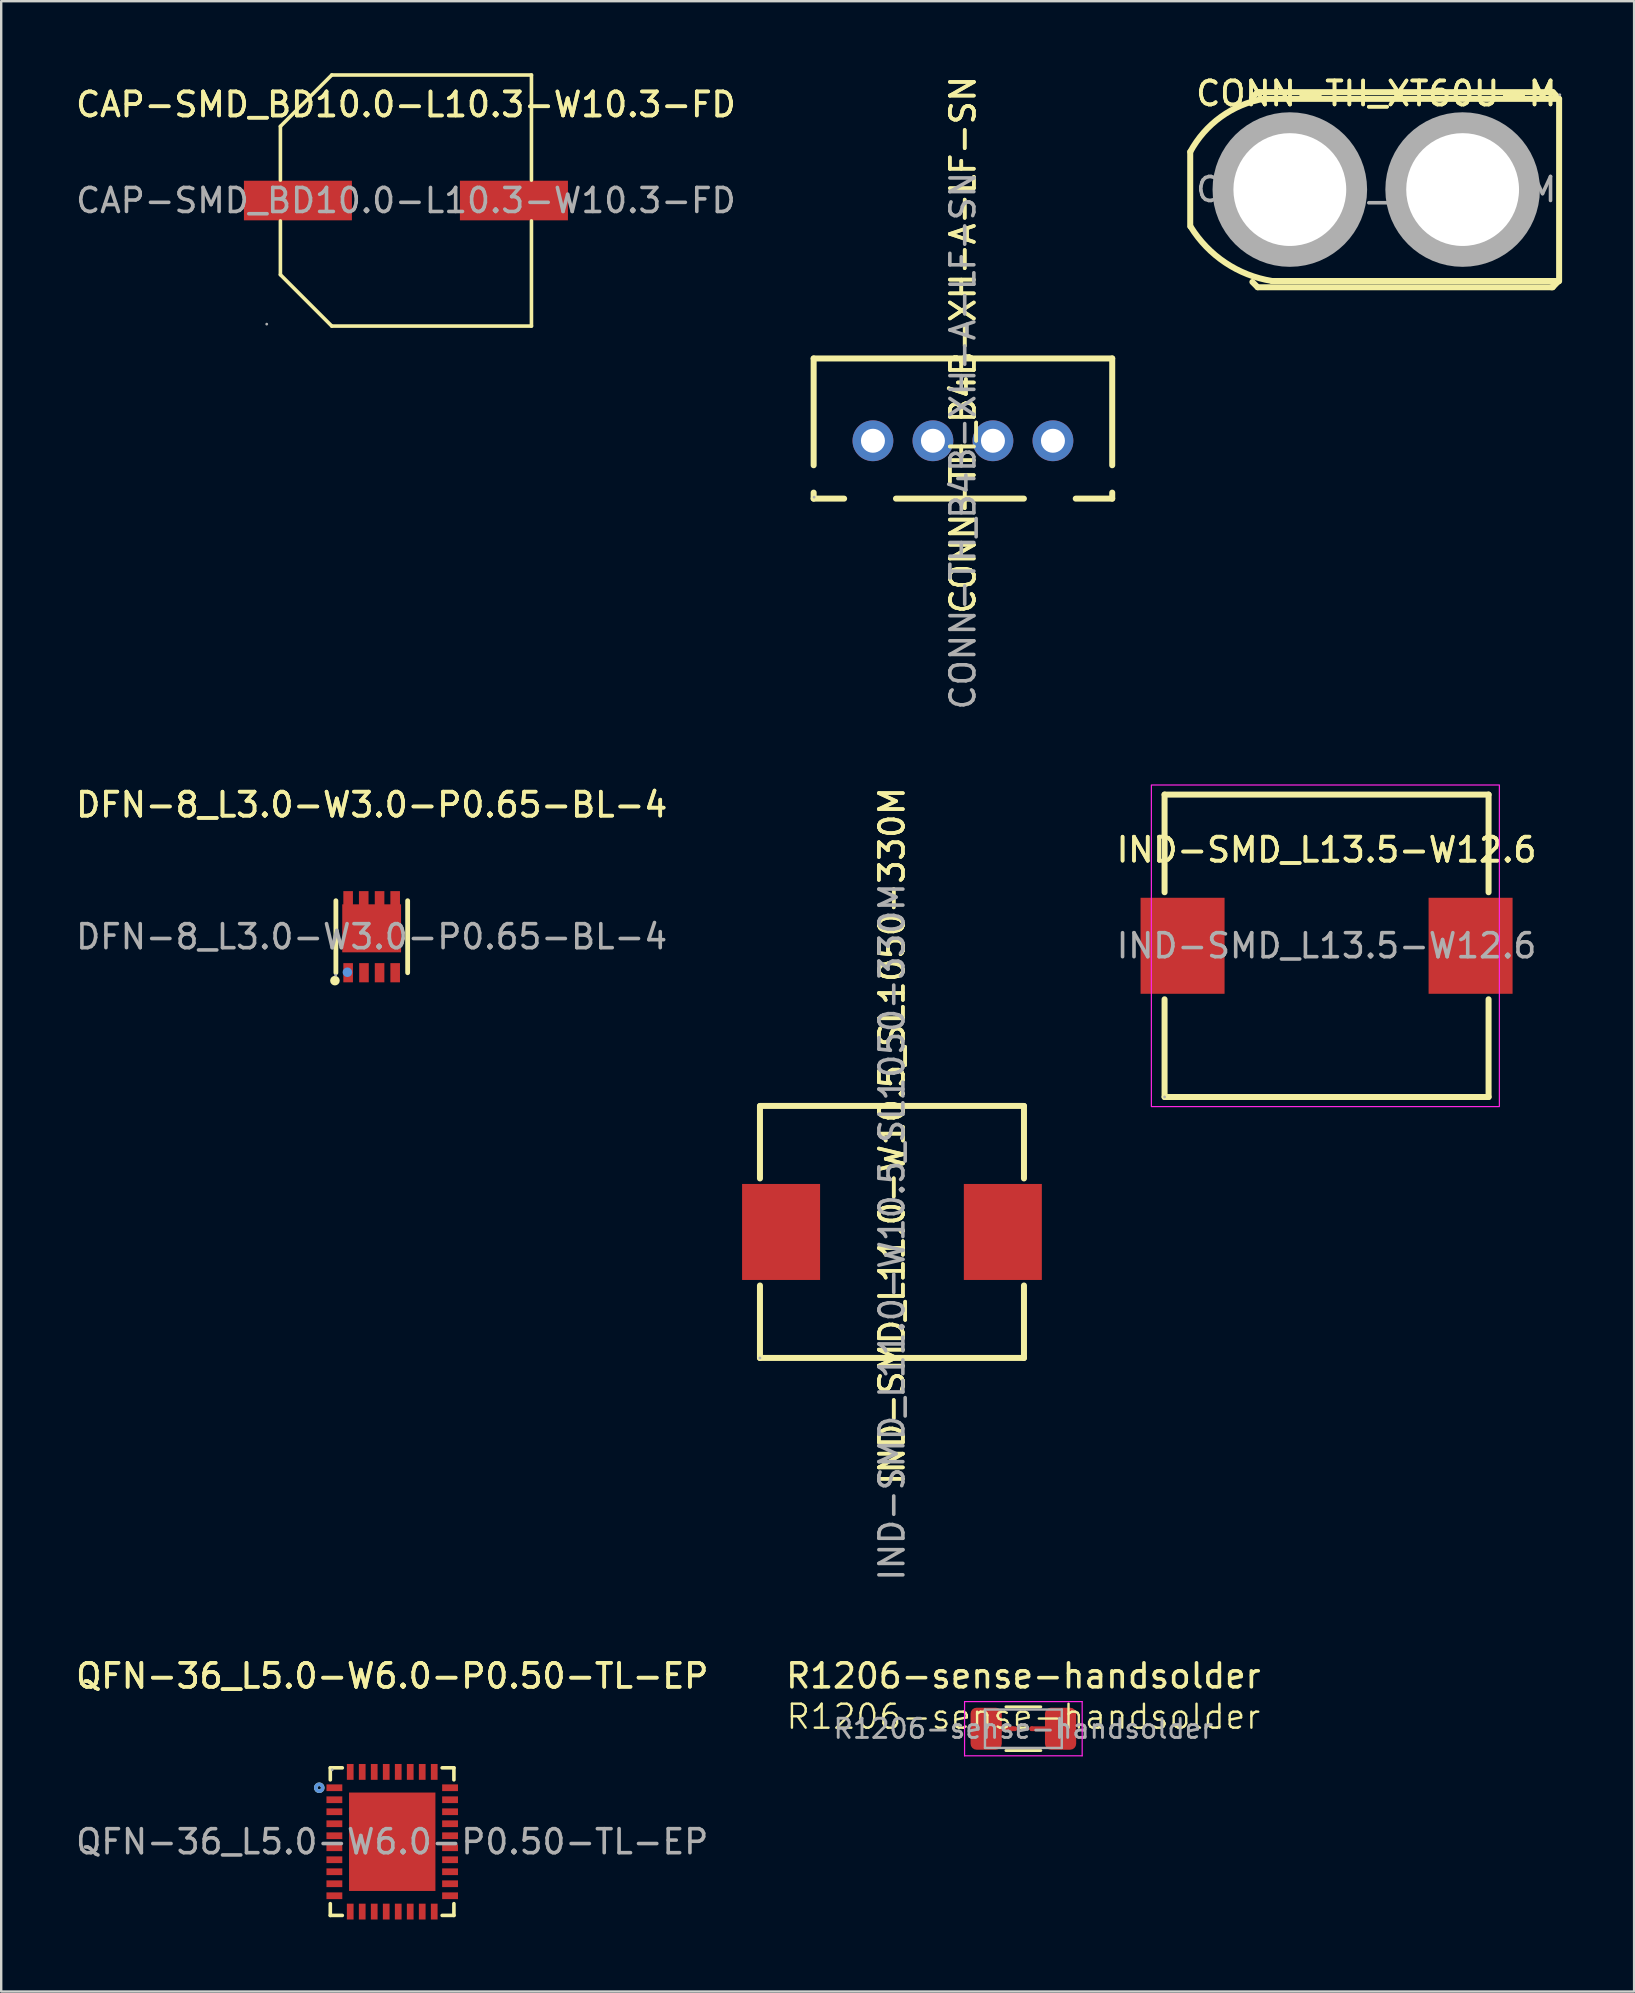
<source format=kicad_pcb>
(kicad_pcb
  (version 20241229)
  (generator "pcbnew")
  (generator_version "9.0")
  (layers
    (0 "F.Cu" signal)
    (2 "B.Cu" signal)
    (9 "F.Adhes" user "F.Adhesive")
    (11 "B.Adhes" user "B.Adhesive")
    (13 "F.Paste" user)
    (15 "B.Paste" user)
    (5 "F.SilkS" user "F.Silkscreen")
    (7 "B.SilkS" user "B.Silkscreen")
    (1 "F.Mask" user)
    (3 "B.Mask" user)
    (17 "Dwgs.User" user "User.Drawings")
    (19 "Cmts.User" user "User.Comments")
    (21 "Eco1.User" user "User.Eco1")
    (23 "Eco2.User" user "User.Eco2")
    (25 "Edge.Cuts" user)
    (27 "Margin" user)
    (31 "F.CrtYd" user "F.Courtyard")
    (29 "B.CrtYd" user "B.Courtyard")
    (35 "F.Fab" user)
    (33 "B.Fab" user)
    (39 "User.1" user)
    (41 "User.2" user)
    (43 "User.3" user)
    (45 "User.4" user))
  (footprint "CONN-TH_B4B-XH-A-LF-SN"
    (layer "F.Cu")
    (at 37.071 15.315)
    (property "Reference" "CONN-TH_B4B-XH-A-LF-SN" (at 0 -4 270) (layer "F.SilkS") (effects (font (size 1 1) (thickness 0.15))))
    (attr through_hole)
    (fp_line (start -6.22 -3.43) (end -6.22 1.02) (stroke (width 0.25) (type solid)) (layer "F.SilkS"))
    (fp_line (start -6.22 2.16) (end -6.22 2.41) (stroke (width 0.25) (type solid)) (layer "F.SilkS"))
    (fp_line (start -6.22 2.41) (end -4.95 2.41) (stroke (width 0.25) (type solid)) (layer "F.SilkS"))
    (fp_line (start -2.79 2.41) (end 2.54 2.41) (stroke (width 0.25) (type solid)) (layer "F.SilkS"))
    (fp_line (start 4.7 2.41) (end 6.22 2.41) (stroke (width 0.25) (type solid)) (layer "F.SilkS"))
    (fp_line (start 6.22 -3.43) (end -6.22 -3.43) (stroke (width 0.25) (type solid)) (layer "F.SilkS"))
    (fp_line (start 6.22 -3.43) (end 6.22 1.02) (stroke (width 0.25) (type solid)) (layer "F.SilkS"))
    (fp_line (start 6.22 2.41) (end 6.22 2.16) (stroke (width 0.25) (type solid)) (layer "F.SilkS"))
    (fp_circle (center -6.2 2.35) (end -6.17 2.35) (stroke (width 0.06) (type solid)) (fill no) (layer "F.Fab"))
    (fp_text user "${REFERENCE}" (at 0 -4 270) (layer "F.SilkS") (effects (font (size 1 1) (thickness 0.15))))
    (fp_text user "${REFERENCE}" (at 0 0 270) (layer "F.Fab") (effects (font (size 1 1) (thickness 0.15))))
    (pad "1" thru_hole circle (at 3.75 0) (size 1.7 1.7) (drill 1) (layers "*.Cu" "*.Mask"))
    (pad "2" thru_hole circle (at 1.25 0) (size 1.7 1.7) (drill 1) (layers "*.Cu" "*.Mask"))
    (pad "3" thru_hole circle (at -1.25 0) (size 1.7 1.7) (drill 1) (layers "*.Cu" "*.Mask"))
    (pad "4" thru_hole circle (at -3.75 0) (size 1.7 1.7) (drill 1) (layers "*.Cu" "*.Mask")))
  (footprint "DFN-8_L3.0-W3.0-P0.65-BL-4"
    (layer "F.Cu")
    (at 12.435 35.979)
    (property "Reference" "DFN-8_L3.0-W3.0-P0.65-BL-4" (at 0 -5.5 0) (layer "F.SilkS") (effects (font (size 1 1) (thickness 0.15))))
    (attr smd)
    (fp_line (start -1.49 -1.5) (end -1.49 1.5) (stroke (width 0.2) (type solid)) (layer "F.SilkS"))
    (fp_line (start 1.5 -1.5) (end 1.5 1.5) (stroke (width 0.2) (type solid)) (layer "F.SilkS"))
    (fp_circle (center -1.53 1.83) (end -1.43 1.83) (stroke (width 0.2) (type solid)) (fill no) (layer "F.SilkS"))
    (fp_circle (center -1.01 1.48) (end -0.91 1.48) (stroke (width 0.2) (type solid)) (fill no) (layer "Cmts.User"))
    (fp_circle (center -1.5 1.6) (end -1.47 1.6) (stroke (width 0.06) (type solid)) (fill no) (layer "F.Fab"))
    (fp_text user "${REFERENCE}" (at 0 -5.5 0) (layer "F.SilkS") (effects (font (size 1 1) (thickness 0.15))))
    (fp_text user "${REFERENCE}" (at 0 0 0) (layer "F.Fab") (effects (font (size 1 1) (thickness 0.15))))
    (pad "1" smd rect (at -0.98 1.5 180) (size 0.4 0.8) (layers "F.Cu" "F.Mask" "F.Paste"))
    (pad "1" smd rect (at -0.32 1.5 180) (size 0.4 0.8) (layers "F.Cu" "F.Mask" "F.Paste"))
    (pad "1" smd rect (at 0.33 1.5 180) (size 0.4 0.8) (layers "F.Cu" "F.Mask" "F.Paste"))
    (pad "2" smd rect (at 0.98 1.5 180) (size 0.4 0.8) (layers "F.Cu" "F.Mask" "F.Paste"))
    (pad "3" smd rect (at -0.98 -1.5 180) (size 0.4 0.8) (layers "F.Cu" "F.Mask" "F.Paste"))
    (pad "3" smd rect (at -0.33 -1.5 180) (size 0.4 0.8) (layers "F.Cu" "F.Mask" "F.Paste"))
    (pad "3" smd rect (at 0 -0.35) (size 2.45 2) (layers "F.Cu" "F.Mask" "F.Paste"))
    (pad "3" smd rect (at 0.33 -1.5 180) (size 0.4 0.8) (layers "F.Cu" "F.Mask" "F.Paste"))
    (pad "3" smd rect (at 0.98 -1.5 180) (size 0.4 0.8) (layers "F.Cu" "F.Mask" "F.Paste")))
  (footprint "QFN-36_L5.0-W6.0-P0.50-TL-EP"
    (layer "F.Cu")
    (at 13.292 73.687)
    (property "Reference" "QFN-36_L5.0-W6.0-P0.50-TL-EP" (at 0 -6.91 0) (layer "F.SilkS") (effects (font (size 1 1) (thickness 0.15))))
    (attr smd)
    (fp_line (start -2.58 -3.08) (end -2.58 -2.58) (stroke (width 0.15) (type solid)) (layer "F.SilkS"))
    (fp_line (start -2.58 3.07) (end -2.58 2.58) (stroke (width 0.15) (type solid)) (layer "F.SilkS"))
    (fp_line (start -2.08 -3.08) (end -2.58 -3.08) (stroke (width 0.15) (type solid)) (layer "F.SilkS"))
    (fp_line (start -2.08 3.07) (end -2.58 3.07) (stroke (width 0.15) (type solid)) (layer "F.SilkS"))
    (fp_line (start 2.08 -3.08) (end 2.57 -3.08) (stroke (width 0.15) (type solid)) (layer "F.SilkS"))
    (fp_line (start 2.08 3.07) (end 2.57 3.07) (stroke (width 0.15) (type solid)) (layer "F.SilkS"))
    (fp_line (start 2.57 -3.08) (end 2.57 -2.58) (stroke (width 0.15) (type solid)) (layer "F.SilkS"))
    (fp_line (start 2.57 3.07) (end 2.57 2.58) (stroke (width 0.15) (type solid)) (layer "F.SilkS"))
    (fp_circle (center -3.04 -2.25) (end -2.97 -2.25) (stroke (width 0.15) (type solid)) (fill no) (layer "F.SilkS"))
    (fp_circle (center -3.04 -2.25) (end -2.97 -2.25) (stroke (width 0.15) (type solid)) (fill no) (layer "Cmts.User"))
    (fp_circle (center -2.5 -3) (end -2.47 -3) (stroke (width 0.06) (type solid)) (fill no) (layer "F.Fab"))
    (fp_text user "${REFERENCE}" (at 0 -6.91 0) (layer "F.SilkS") (effects (font (size 1 1) (thickness 0.15))))
    (fp_text user "${REFERENCE}" (at 0 0 0) (layer "F.Fab") (effects (font (size 1 1) (thickness 0.15))))
    (pad "1" smd rect (at -2.41 -2.25 90) (size 0.28 0.66) (layers "F.Cu" "F.Mask" "F.Paste"))
    (pad "2" smd rect (at -2.41 -1.75 90) (size 0.28 0.66) (layers "F.Cu" "F.Mask" "F.Paste"))
    (pad "3" smd rect (at -2.41 -1.25 90) (size 0.28 0.66) (layers "F.Cu" "F.Mask" "F.Paste"))
    (pad "4" smd rect (at -2.41 -0.75 90) (size 0.28 0.66) (layers "F.Cu" "F.Mask" "F.Paste"))
    (pad "5" smd rect (at -2.41 -0.25 90) (size 0.28 0.66) (layers "F.Cu" "F.Mask" "F.Paste"))
    (pad "6" smd rect (at -2.41 0.25 90) (size 0.28 0.66) (layers "F.Cu" "F.Mask" "F.Paste"))
    (pad "7" smd rect (at -2.41 0.75 90) (size 0.28 0.66) (layers "F.Cu" "F.Mask" "F.Paste"))
    (pad "8" smd rect (at -2.41 1.25 90) (size 0.28 0.66) (layers "F.Cu" "F.Mask" "F.Paste"))
    (pad "9" smd rect (at -2.41 1.75 90) (size 0.28 0.66) (layers "F.Cu" "F.Mask" "F.Paste"))
    (pad "10" smd rect (at -2.41 2.25 90) (size 0.28 0.66) (layers "F.Cu" "F.Mask" "F.Paste"))
    (pad "11" smd rect (at -1.75 2.91 90) (size 0.66 0.28) (layers "F.Cu" "F.Mask" "F.Paste"))
    (pad "12" smd rect (at -1.25 2.91 90) (size 0.66 0.28) (layers "F.Cu" "F.Mask" "F.Paste"))
    (pad "13" smd rect (at -0.75 2.91 90) (size 0.66 0.28) (layers "F.Cu" "F.Mask" "F.Paste"))
    (pad "14" smd rect (at -0.25 2.91 90) (size 0.66 0.28) (layers "F.Cu" "F.Mask" "F.Paste"))
    (pad "15" smd rect (at 0.25 2.91 90) (size 0.66 0.28) (layers "F.Cu" "F.Mask" "F.Paste"))
    (pad "16" smd rect (at 0.75 2.91 90) (size 0.66 0.28) (layers "F.Cu" "F.Mask" "F.Paste"))
    (pad "17" smd rect (at 1.25 2.91 90) (size 0.66 0.28) (layers "F.Cu" "F.Mask" "F.Paste"))
    (pad "18" smd rect (at 1.75 2.91 90) (size 0.66 0.28) (layers "F.Cu" "F.Mask" "F.Paste"))
    (pad "19" smd rect (at 2.41 2.25 90) (size 0.28 0.66) (layers "F.Cu" "F.Mask" "F.Paste"))
    (pad "20" smd rect (at 2.41 1.75 90) (size 0.28 0.66) (layers "F.Cu" "F.Mask" "F.Paste"))
    (pad "21" smd rect (at 2.41 1.25 90) (size 0.28 0.66) (layers "F.Cu" "F.Mask" "F.Paste"))
    (pad "22" smd rect (at 2.41 0.75 90) (size 0.28 0.66) (layers "F.Cu" "F.Mask" "F.Paste"))
    (pad "23" smd rect (at 2.41 0.25 90) (size 0.28 0.66) (layers "F.Cu" "F.Mask" "F.Paste"))
    (pad "24" smd rect (at 2.41 -0.25 90) (size 0.28 0.66) (layers "F.Cu" "F.Mask" "F.Paste"))
    (pad "25" smd rect (at 2.41 -0.75 90) (size 0.28 0.66) (layers "F.Cu" "F.Mask" "F.Paste"))
    (pad "26" smd rect (at 2.41 -1.25 90) (size 0.28 0.66) (layers "F.Cu" "F.Mask" "F.Paste"))
    (pad "27" smd rect (at 2.41 -1.75 90) (size 0.28 0.66) (layers "F.Cu" "F.Mask" "F.Paste"))
    (pad "28" smd rect (at 2.41 -2.25 90) (size 0.28 0.66) (layers "F.Cu" "F.Mask" "F.Paste"))
    (pad "29" smd rect (at 1.75 -2.91 90) (size 0.66 0.28) (layers "F.Cu" "F.Mask" "F.Paste"))
    (pad "30" smd rect (at 1.25 -2.91 90) (size 0.66 0.28) (layers "F.Cu" "F.Mask" "F.Paste"))
    (pad "31" smd rect (at 0.75 -2.91 90) (size 0.66 0.28) (layers "F.Cu" "F.Mask" "F.Paste"))
    (pad "32" smd rect (at 0.25 -2.91 90) (size 0.66 0.28) (layers "F.Cu" "F.Mask" "F.Paste"))
    (pad "33" smd rect (at -0.25 -2.91 90) (size 0.66 0.28) (layers "F.Cu" "F.Mask" "F.Paste"))
    (pad "34" smd rect (at -0.75 -2.91 90) (size 0.66 0.28) (layers "F.Cu" "F.Mask" "F.Paste"))
    (pad "35" smd rect (at -1.25 -2.91 90) (size 0.66 0.28) (layers "F.Cu" "F.Mask" "F.Paste"))
    (pad "36" smd rect (at -1.75 -2.91 90) (size 0.66 0.28) (layers "F.Cu" "F.Mask" "F.Paste"))
    (pad "37" smd rect (at 0 0 90) (size 4.1 3.6) (layers "F.Cu" "F.Mask" "F.Paste")))
  (footprint "R1206-sense-handsolder"
    (layer "F.Cu")
    (at 39.589 68.977)
    (property "Reference" "R1206-sense-handsolder" (at 0 -0.5 0) (unlocked yes) (layer "F.SilkS") (effects (font (size 1 1) (thickness 0.1))))
    (attr smd)
    (fp_line (start -0.35 0) (end -0.9 0) (stroke (width 0.2) (type default)) (layer "F.Cu"))
    (fp_line (start 0.35 0) (end 0.9 0) (stroke (width 0.2) (type default)) (layer "F.Cu"))
    (fp_line (start -0.727 -0.91) (end 0.727 -0.91) (stroke (width 0.12) (type solid)) (layer "F.SilkS"))
    (fp_line (start -0.727 0.91) (end 0.727 0.91) (stroke (width 0.12) (type solid)) (layer "F.SilkS"))
    (fp_line (start -2.45 -1.13) (end 2.45 -1.13) (stroke (width 0.05) (type solid)) (layer "F.CrtYd"))
    (fp_line (start -2.45 1.13) (end -2.45 -1.13) (stroke (width 0.05) (type solid)) (layer "F.CrtYd"))
    (fp_line (start 2.45 -1.13) (end 2.45 1.13) (stroke (width 0.05) (type solid)) (layer "F.CrtYd"))
    (fp_line (start 2.45 1.13) (end -2.45 1.13) (stroke (width 0.05) (type solid)) (layer "F.CrtYd"))
    (fp_line (start -1.6 -0.8) (end 1.6 -0.8) (stroke (width 0.1) (type solid)) (layer "F.Fab"))
    (fp_line (start -1.6 0.8) (end -1.6 -0.8) (stroke (width 0.1) (type solid)) (layer "F.Fab"))
    (fp_line (start 1.6 -0.8) (end 1.6 0.8) (stroke (width 0.1) (type solid)) (layer "F.Fab"))
    (fp_line (start 1.6 0.8) (end -1.6 0.8) (stroke (width 0.1) (type solid)) (layer "F.Fab"))
    (fp_text user "${REFERENCE}" (at 0 -2.2 0) (layer "F.SilkS") (effects (font (size 1 1) (thickness 0.15))))
    (fp_text user "${REFERENCE}" (at 0 0 0) (layer "F.Fab") (effects (font (size 0.8 0.8) (thickness 0.12))))
    (pad "1" smd roundrect (at -1.55 0) (size 1.3 1.75) (layers "F.Cu" "F.Mask" "F.Paste") (roundrect_rratio 0.192))
    (pad "2" smd circle (at -0.45 0) (size 0.2 0.2) (layers "F.Cu" "F.Mask" "F.Paste"))
    (pad "3" smd circle (at 0.35 0) (size 0.2 0.2) (layers "F.Cu" "F.Mask" "F.Paste"))
    (pad "4" smd roundrect (at 1.55 0) (size 1.3 1.75) (layers "F.Cu" "F.Mask" "F.Paste") (roundrect_rratio 0.192)))
  (footprint "CONN-TH_XT60U-M"
    (layer "F.Cu")
    (at 54.291 4.848)
    (property "Reference" "CONN-TH_XT60U-M" (at 0 -4 180) (layer "F.SilkS") (effects (font (size 1 1) (thickness 0.15))))
    (attr through_hole)
    (fp_line (start -7.75 1.53) (end -7.75 -1.57) (stroke (width 0.25) (type solid)) (layer "F.SilkS"))
    (fp_line (start -4.94 -4.06) (end -5.18 -3.82) (stroke (width 0.25) (type solid)) (layer "F.SilkS"))
    (fp_line (start -4.94 4.07) (end -5.16 3.85) (stroke (width 0.25) (type solid)) (layer "F.SilkS"))
    (fp_line (start -4.89 -4.06) (end -4.94 -4.06) (stroke (width 0.25) (type solid)) (layer "F.SilkS"))
    (fp_line (start -4.89 -4.06) (end 7.36 -4.06) (stroke (width 0.25) (type solid)) (layer "F.SilkS"))
    (fp_line (start -4.69 -3.78) (end 7.62 -3.78) (stroke (width 0.25) (type solid)) (layer "F.SilkS"))
    (fp_line (start -4.35 3.81) (end 7.59 3.81) (stroke (width 0.25) (type solid)) (layer "F.SilkS"))
    (fp_line (start 7.3 4.07) (end -4.94 4.07) (stroke (width 0.25) (type solid)) (layer "F.SilkS"))
    (fp_line (start 7.3 4.07) (end 7.35 4.07) (stroke (width 0.25) (type solid)) (layer "F.SilkS"))
    (fp_line (start 7.35 4.07) (end 7.59 3.82) (stroke (width 0.25) (type solid)) (layer "F.SilkS"))
    (fp_line (start 7.36 -4.06) (end 7.57 -3.84) (stroke (width 0.25) (type solid)) (layer "F.SilkS"))
    (fp_line (start 7.62 -3.78) (end 7.62 3.82) (stroke (width 0.25) (type solid)) (layer "F.SilkS"))
    (fp_arc (start -7.747265 -1.573006) (mid -6.471773 -3.027169) (end -4.69 -3.78) (stroke (width 0.25) (type solid)) (layer "F.SilkS"))
    (fp_arc (start -4.348651 3.807443) (mid -6.285065 3.046807) (end -7.73 1.55) (stroke (width 0.25) (type solid)) (layer "F.SilkS"))
    (fp_circle (center -3.6 0) (end -2.53 0) (stroke (width 2.15) (type solid)) (fill no) (layer "F.Fab"))
    (fp_circle (center 3.6 0) (end 4.67 0) (stroke (width 2.15) (type solid)) (fill no) (layer "F.Fab"))
    (fp_circle (center 7.65 -3.95) (end 7.68 -3.95) (stroke (width 0.06) (type solid)) (fill no) (layer "F.Fab"))
    (fp_text user "${REFERENCE}" (at 0 -4 180) (layer "F.SilkS") (effects (font (size 1 1) (thickness 0.15))))
    (fp_text user "${REFERENCE}" (at 0 0 180) (layer "F.Fab") (effects (font (size 1 1) (thickness 0.15))))
    (pad "1" thru_hole circle (at 3.6 0 270) (size 6 6) (drill 4.7) (layers "*.Cu" "*.Mask"))
    (pad "2" thru_hole circle (at -3.6 0 270) (size 6 6) (drill 4.7) (layers "*.Cu" "*.Mask")))
  (footprint "IND-SMD_L11.0-W10.5_SL1050-330M"
    (layer "F.Cu")
    (at 34.114 48.28)
    (property "Reference" "IND-SMD_L11.0-W10.5_SL1050-330M" (at 0 -4 270) (layer "F.SilkS") (effects (font (size 1 1) (thickness 0.15))))
    (attr through_hole)
    (fp_line (start -5.5 -5.25) (end 5.5 -5.25) (stroke (width 0.25) (type solid)) (layer "F.SilkS"))
    (fp_line (start -5.5 -2.23) (end -5.5 -5.25) (stroke (width 0.25) (type solid)) (layer "F.SilkS"))
    (fp_line (start -5.5 5.25) (end -5.5 2.23) (stroke (width 0.25) (type solid)) (layer "F.SilkS"))
    (fp_line (start 5.5 -5.25) (end 5.5 -2.23) (stroke (width 0.25) (type solid)) (layer "F.SilkS"))
    (fp_line (start 5.5 2.23) (end 5.5 5.25) (stroke (width 0.25) (type solid)) (layer "F.SilkS"))
    (fp_line (start 5.5 5.25) (end -5.5 5.25) (stroke (width 0.25) (type solid)) (layer "F.SilkS"))
    (fp_circle (center -5.5 5.25) (end -5.47 5.25) (stroke (width 0.06) (type solid)) (fill no) (layer "F.Fab"))
    (fp_text user "${REFERENCE}" (at 0 -4 270) (layer "F.SilkS") (effects (font (size 1 1) (thickness 0.15))))
    (fp_text user "${REFERENCE}" (at 0 0 270) (layer "F.Fab") (effects (font (size 1 1) (thickness 0.15))))
    (pad "1" smd rect (at -4.62 0) (size 3.25 4) (layers "F.Cu" "F.Mask" "F.Paste"))
    (pad "2" smd rect (at 4.62 0) (size 3.25 4) (layers "F.Cu" "F.Mask" "F.Paste")))
  (footprint "IND-SMD_L13.5-W12.6"
    (layer "F.Cu")
    (at 52.222 36.356)
    (property "Reference" "IND-SMD_L13.5-W12.6" (at 0 -4 0) (layer "F.SilkS") (effects (font (size 1 1) (thickness 0.15))))
    (attr smd)
    (fp_line (start -6.75 -6.3) (end 6.75 -6.3) (stroke (width 0.25) (type solid)) (layer "F.SilkS"))
    (fp_line (start -6.75 -2.23) (end -6.75 -6.3) (stroke (width 0.25) (type solid)) (layer "F.SilkS"))
    (fp_line (start -6.75 6.3) (end -6.75 2.23) (stroke (width 0.25) (type solid)) (layer "F.SilkS"))
    (fp_line (start 6.75 -2.23) (end 6.75 -6.3) (stroke (width 0.25) (type solid)) (layer "F.SilkS"))
    (fp_line (start 6.75 6.3) (end -6.75 6.3) (stroke (width 0.25) (type solid)) (layer "F.SilkS"))
    (fp_line (start 6.75 6.3) (end 6.75 2.23) (stroke (width 0.25) (type solid)) (layer "F.SilkS"))
    (fp_rect (start -7.3 -6.7) (end 7.2 6.7) (stroke (width 0.05) (type default)) (fill no) (layer "F.CrtYd"))
    (fp_circle (center -6.75 6.3) (end -6.72 6.3) (stroke (width 0.06) (type solid)) (fill no) (layer "F.Fab"))
    (fp_text user "${REFERENCE}" (at 0 -4 0) (layer "F.SilkS") (effects (font (size 1 1) (thickness 0.15))))
    (fp_text user "${REFERENCE}" (at 0 0 0) (layer "F.Fab") (effects (font (size 1 1) (thickness 0.15))))
    (pad "1" smd rect (at -6 0 90) (size 4 3.5) (layers "F.Cu" "F.Mask" "F.Paste"))
    (pad "2" smd rect (at 6 0 90) (size 4 3.5) (layers "F.Cu" "F.Mask" "F.Paste")))
  (footprint "CAP-SMD_BD10.0-L10.3-W10.3-FD"
    (layer "F.Cu")
    (at 13.863 5.305)
    (property "Reference" "CAP-SMD_BD10.0-L10.3-W10.3-FD" (at 0 -4 180) (layer "F.SilkS") (effects (font (size 1 1) (thickness 0.15))))
    (attr smd)
    (fp_line (start -5.23 -3.09) (end -5.23 -0.85) (stroke (width 0.15) (type solid)) (layer "F.SilkS"))
    (fp_line (start -5.23 3.09) (end -5.23 0.85) (stroke (width 0.15) (type solid)) (layer "F.SilkS"))
    (fp_line (start -3.09 -5.23) (end -5.23 -3.09) (stroke (width 0.15) (type solid)) (layer "F.SilkS"))
    (fp_line (start -3.09 5.23) (end -5.23 3.09) (stroke (width 0.15) (type solid)) (layer "F.SilkS"))
    (fp_line (start 5.23 -5.23) (end -3.09 -5.23) (stroke (width 0.15) (type solid)) (layer "F.SilkS"))
    (fp_line (start 5.23 -0.85) (end 5.23 -5.23) (stroke (width 0.15) (type solid)) (layer "F.SilkS"))
    (fp_line (start 5.23 0.85) (end 5.23 5.23) (stroke (width 0.15) (type solid)) (layer "F.SilkS"))
    (fp_line (start 5.23 5.23) (end -3.09 5.23) (stroke (width 0.15) (type solid)) (layer "F.SilkS"))
    (fp_circle (center -5.8 5.15) (end -5.77 5.15) (stroke (width 0.06) (type solid)) (fill no) (layer "F.Fab"))
    (fp_text user "${REFERENCE}" (at 0 -4 180) (layer "F.SilkS") (effects (font (size 1 1) (thickness 0.15))))
    (fp_text user "${REFERENCE}" (at 0 0 180) (layer "F.Fab") (effects (font (size 1 1) (thickness 0.15))))
    (pad "1" smd rect (at -4.5 0) (size 4.5 1.65) (layers "F.Cu" "F.Mask" "F.Paste"))
    (pad "2" smd rect (at 4.5 0) (size 4.5 1.65) (layers "F.Cu" "F.Mask" "F.Paste")))
  (gr_rect
    (start -3 -3)
    (end 65.036 79.927)
    (stroke (width 0.1) (type default))
    (fill no)
    (layer "Edge.Cuts")))
</source>
